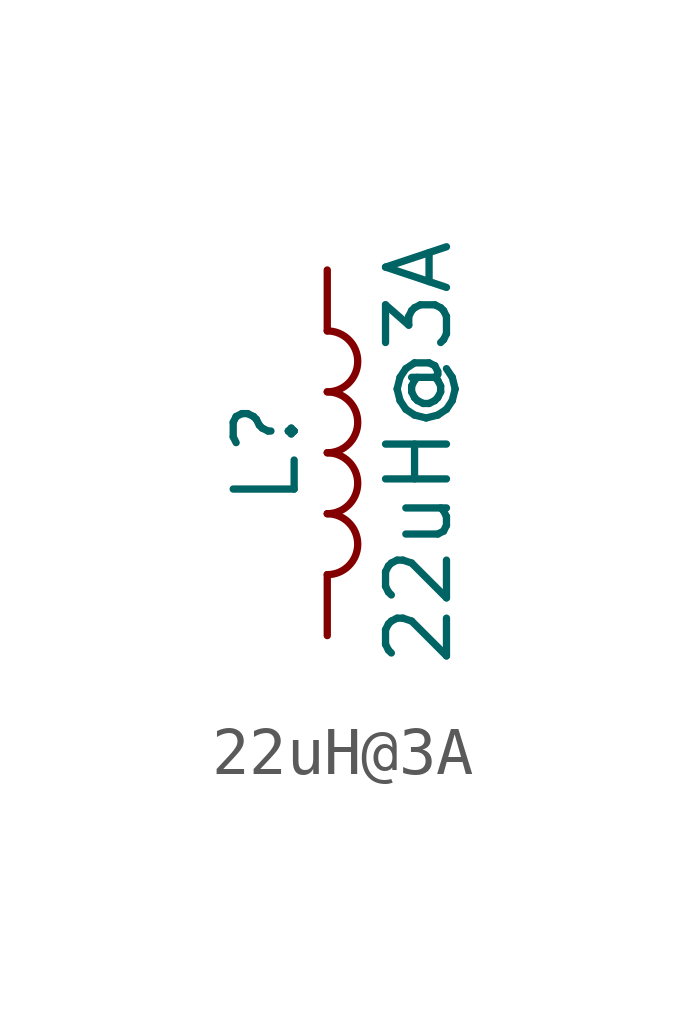
<source format=kicad_sym>
(kicad_symbol_lib
  (version 20220914)
  (generator kicad_db_lib)
  (symbol "22uH@3A"
    (pin_numbers hide)
    (pin_names
      (offset 1.016) hide)
    (property "Reference" "L"
      (at -1.27 0 90)
      (effects (font (size 1.27 1.27))))
    (property "Value" "22uH@3A"
      (at 1.905 0 90)
      (effects (font (size 1.27 1.27))))
    (symbol "22uH@3A_0_1"
      (arc (start 0 -2.54) (mid 0.6323 -1.905) (end 0 -1.27) (stroke (width 0) (type default)) (fill (type none)))
      (arc (start 0 -1.27) (mid 0.6323 -0.635) (end 0 0) (stroke (width 0) (type default)) (fill (type none)))
      (arc (start 0 0) (mid 0.6323 0.635) (end 0 1.27) (stroke (width 0) (type default)) (fill (type none)))
      (arc (start 0 1.27) (mid 0.6323 1.905) (end 0 2.54) (stroke (width 0) (type default)) (fill (type none))))
    (symbol "22uH@3A_1_1"
      (pin passive line (at 0 3.81 270) (length 1.27) (name "1" (effects (font (size 1.27 1.27)))) (number "1" (effects (font (size 1.27 1.27)))))
      (pin passive line (at 0 -3.81 90) (length 1.27) (name "2" (effects (font (size 1.27 1.27)))) (number "2" (effects (font (size 1.27 1.27))))))))
</source>
